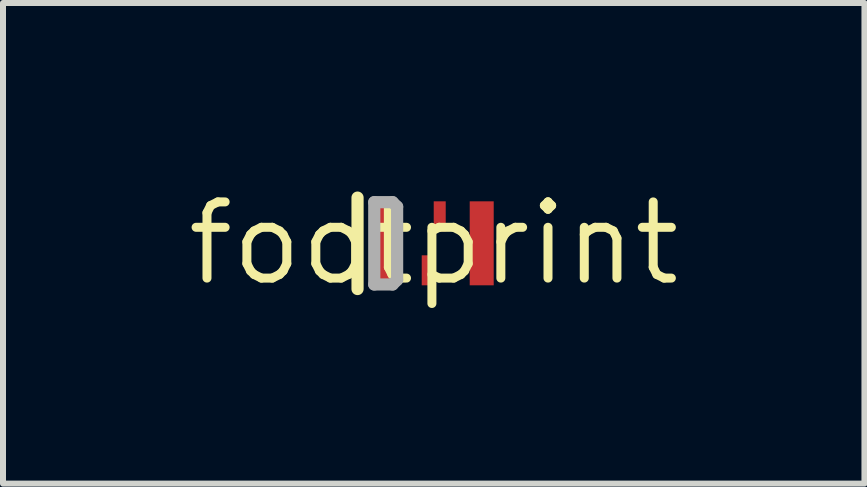
<source format=kicad_pcb>
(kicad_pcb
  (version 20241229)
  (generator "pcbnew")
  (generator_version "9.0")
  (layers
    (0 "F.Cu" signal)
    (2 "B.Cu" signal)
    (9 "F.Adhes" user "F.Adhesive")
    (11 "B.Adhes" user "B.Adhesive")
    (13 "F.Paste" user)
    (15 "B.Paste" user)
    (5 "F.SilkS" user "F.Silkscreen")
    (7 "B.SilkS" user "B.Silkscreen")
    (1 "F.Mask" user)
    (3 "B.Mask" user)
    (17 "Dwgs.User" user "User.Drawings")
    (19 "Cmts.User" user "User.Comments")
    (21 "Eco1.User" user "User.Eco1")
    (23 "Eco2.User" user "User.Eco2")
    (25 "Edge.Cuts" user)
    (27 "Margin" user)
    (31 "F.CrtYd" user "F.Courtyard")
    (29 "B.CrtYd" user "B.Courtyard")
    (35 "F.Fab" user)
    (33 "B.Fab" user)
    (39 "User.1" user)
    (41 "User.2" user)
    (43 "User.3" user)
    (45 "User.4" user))
  (footprint "footprint"
    (layer "F.Cu")
    (at 4.18 1.006)
    (property "Reference" "footprint" (at 0 0 0) (layer "F.SilkS") (effects (font (size 1.27 1.27) (thickness 0.15))))
    (fp_line (start -1.27 -0.762) (end -1.27 0.762) (stroke (width 0.203) (type solid)) (layer "F.SilkS"))
    (fp_line (start -0.991 -0.686) (end -0.686 -0.686) (stroke (width 0.203) (type solid)) (layer "F.Fab"))
    (fp_line (start -0.991 0.686) (end -0.991 -0.686) (stroke (width 0.203) (type solid)) (layer "F.Fab"))
    (fp_line (start -0.686 -0.686) (end -0.61 -0.61) (stroke (width 0.203) (type solid)) (layer "F.Fab"))
    (fp_line (start -0.686 0.686) (end -0.991 0.686) (stroke (width 0.203) (type solid)) (layer "F.Fab"))
    (fp_line (start -0.61 -0.61) (end -0.61 0.61) (stroke (width 0.203) (type solid)) (layer "F.Fab"))
    (fp_line (start -0.61 0.61) (end -0.686 0.686) (stroke (width 0.203) (type solid)) (layer "F.Fab"))
    (pad "1" smd rect (at -0.8 0 90) (size 1.4 0.4) (layers "F.Cu" "F.Mask" "F.Paste"))
    (pad "2" smd rect (at -0.1 0.45 90) (size 0.5 0.2) (layers "F.Cu" "F.Mask" "F.Paste"))
    (pad "3" smd rect (at 0.8 0 90) (size 1.4 0.4) (layers "F.Cu" "F.Mask" "F.Paste"))
    (pad "4" smd rect (at 0.1 -0.45 90) (size 0.5 0.2) (layers "F.Cu" "F.Mask" "F.Paste")))
  (gr_rect
    (start -3 -3)
    (end 11.36 5.012)
    (stroke (width 0.1) (type default))
    (fill no)
    (layer "Edge.Cuts")))
</source>
